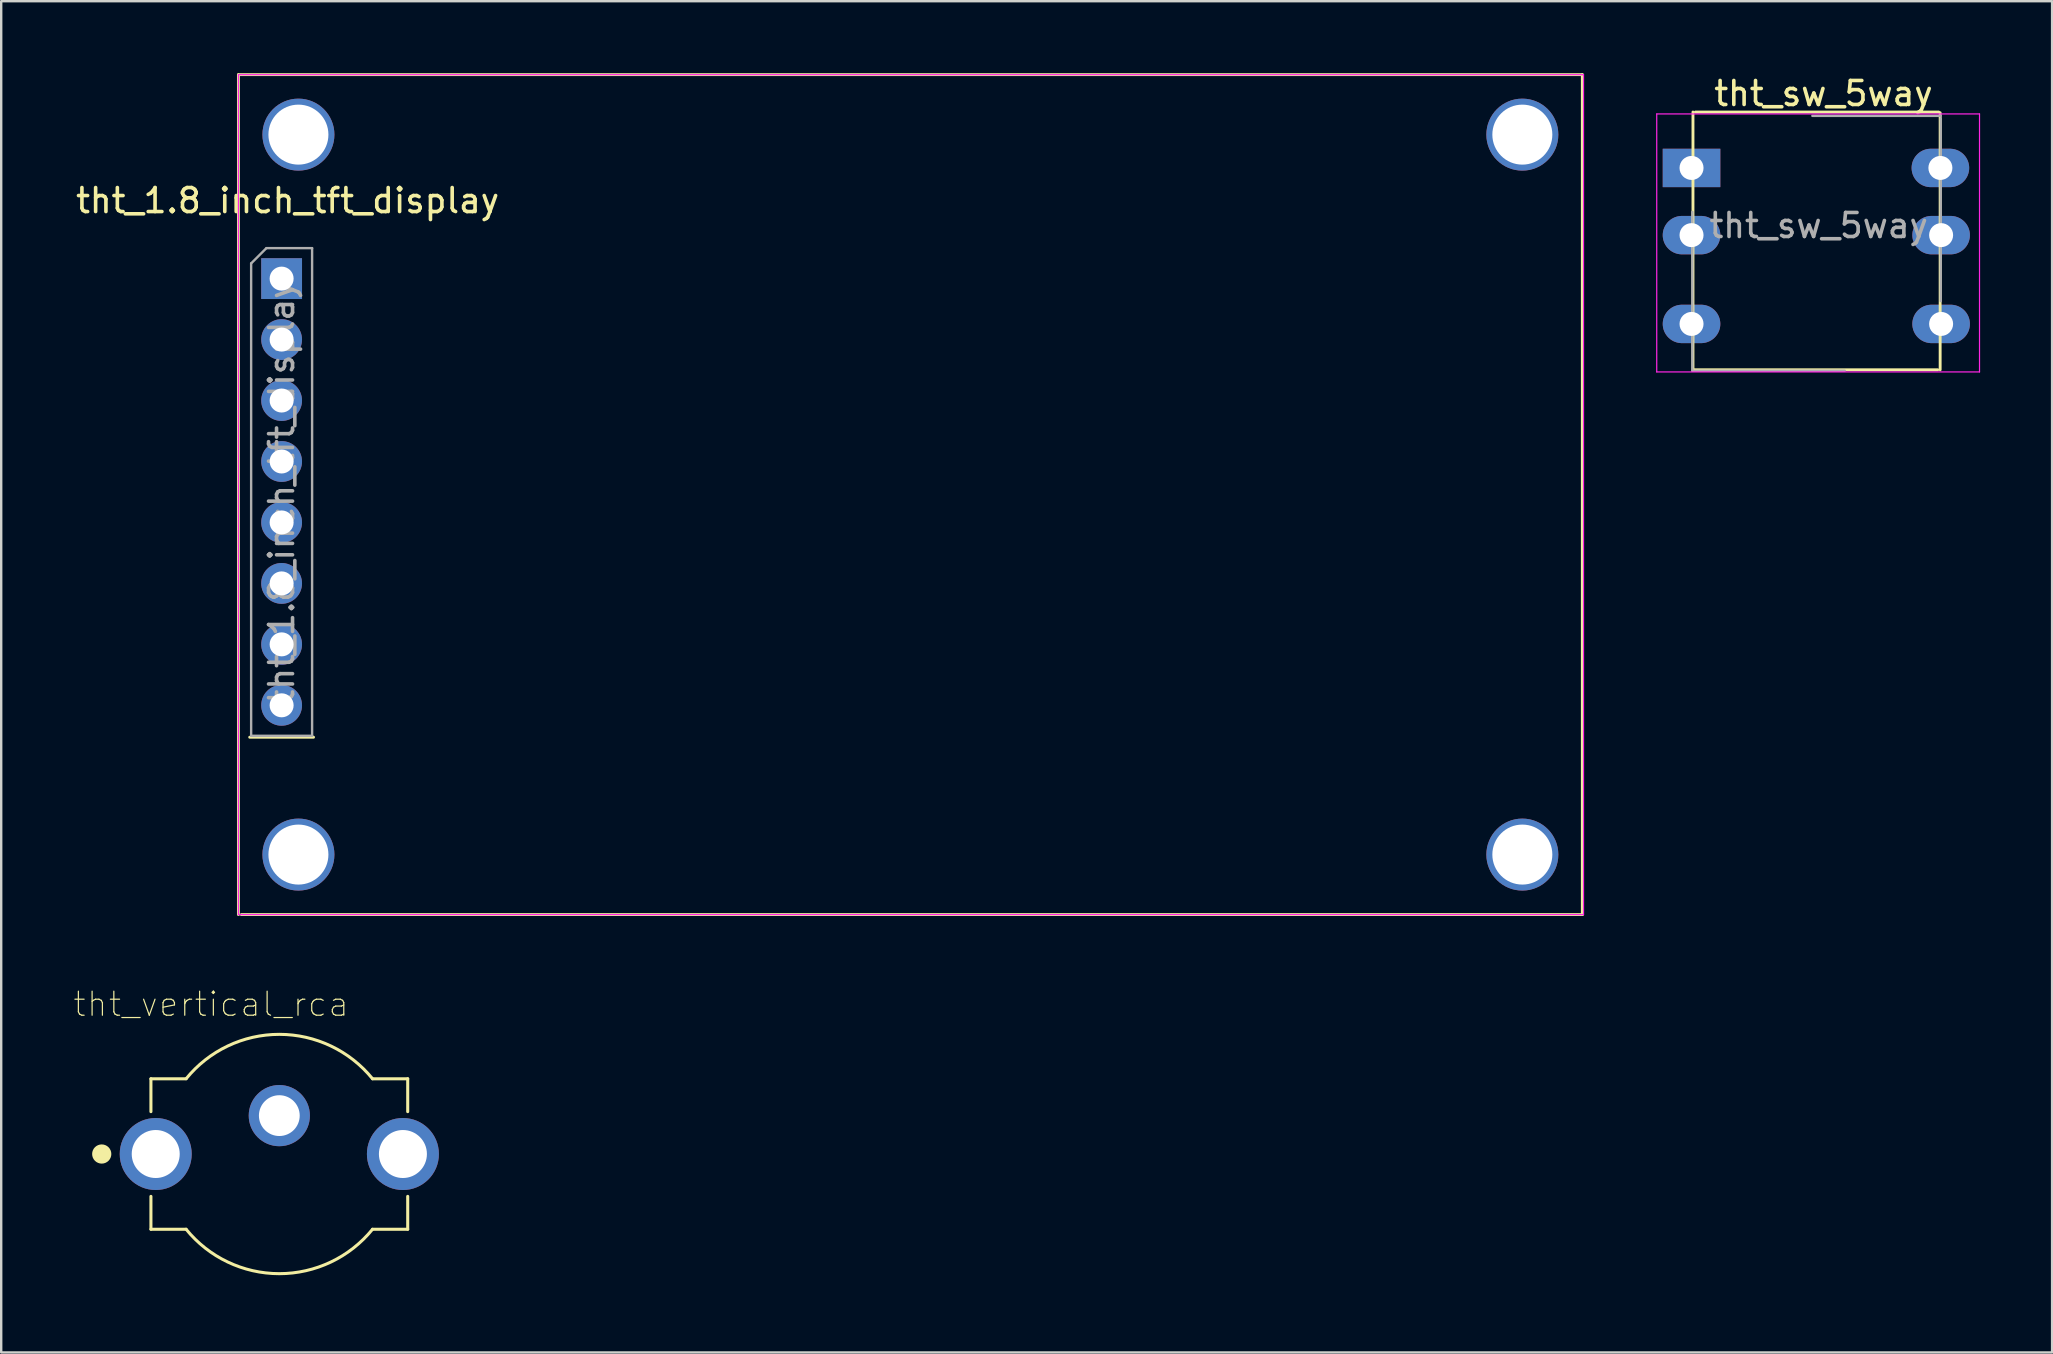
<source format=kicad_pcb>
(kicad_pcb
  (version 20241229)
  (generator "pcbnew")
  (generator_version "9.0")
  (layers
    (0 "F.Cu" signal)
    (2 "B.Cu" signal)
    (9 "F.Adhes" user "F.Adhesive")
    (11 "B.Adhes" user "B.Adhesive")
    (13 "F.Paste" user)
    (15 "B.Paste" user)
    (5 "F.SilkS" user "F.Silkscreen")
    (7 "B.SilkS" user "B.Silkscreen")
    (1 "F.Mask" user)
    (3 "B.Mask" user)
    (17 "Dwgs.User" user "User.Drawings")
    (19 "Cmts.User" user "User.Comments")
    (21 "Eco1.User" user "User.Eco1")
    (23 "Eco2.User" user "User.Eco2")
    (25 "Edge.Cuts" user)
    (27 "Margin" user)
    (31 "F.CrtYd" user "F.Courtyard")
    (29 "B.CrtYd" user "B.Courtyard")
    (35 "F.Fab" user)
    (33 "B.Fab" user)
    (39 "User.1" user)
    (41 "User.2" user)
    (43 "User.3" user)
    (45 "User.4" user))
  (footprint "tht_vertical_rca"
    (layer "F.Cu")
    (at 8.589 45.037)
    (property "Reference" "tht_vertical_rca" (at -2.844 -6.244 0) (layer "F.SilkS") (effects (font (size 1.001 1.001) (thickness 0.05))))
    (attr through_hole)
    (fp_line (start -5.35 -3.135) (end -5.35 -1.765) (stroke (width 0.127) (type solid)) (layer "F.SilkS"))
    (fp_line (start -5.35 1.765) (end -5.35 3.135) (stroke (width 0.127) (type solid)) (layer "F.SilkS"))
    (fp_line (start -3.884 -3.135) (end -5.35 -3.135) (stroke (width 0.127) (type solid)) (layer "F.SilkS"))
    (fp_line (start -3.884 3.135) (end -5.35 3.135) (stroke (width 0.127) (type solid)) (layer "F.SilkS"))
    (fp_line (start 5.35 -3.135) (end 3.884 -3.135) (stroke (width 0.127) (type solid)) (layer "F.SilkS"))
    (fp_line (start 5.35 -3.135) (end 5.35 -1.765) (stroke (width 0.127) (type solid)) (layer "F.SilkS"))
    (fp_line (start 5.35 1.765) (end 5.35 3.135) (stroke (width 0.127) (type solid)) (layer "F.SilkS"))
    (fp_line (start 5.35 3.135) (end 3.884 3.135) (stroke (width 0.127) (type solid)) (layer "F.SilkS"))
    (fp_arc (start -3.882076 -3.137372) (mid 0.001527 -4.986221) (end 3.884 -3.135) (stroke (width 0.127) (type solid)) (layer "F.SilkS"))
    (fp_arc (start 3.882076 3.137372) (mid -0.001527 4.986221) (end -3.884 3.135) (stroke (width 0.127) (type solid)) (layer "F.SilkS"))
    (fp_circle (center -7.4 0) (end -7.2 0) (stroke (width 0.4) (type solid)) (fill no) (layer "F.SilkS"))
    (fp_line (start -6.9 -1.7) (end -6.9 1.75) (stroke (width 0.05) (type solid)) (layer "Eco1.User"))
    (fp_line (start -6.9 1.75) (end -5.6 1.75) (stroke (width 0.05) (type solid)) (layer "Eco1.User"))
    (fp_line (start -5.6 -3.385) (end -5.605 -3.385) (stroke (width 0.05) (type solid)) (layer "Eco1.User"))
    (fp_line (start -5.6 -3.385) (end -5.6 -1.7) (stroke (width 0.05) (type solid)) (layer "Eco1.User"))
    (fp_line (start -5.6 -1.7) (end -6.9 -1.7) (stroke (width 0.05) (type solid)) (layer "Eco1.User"))
    (fp_line (start -5.6 1.75) (end -5.6 3.385) (stroke (width 0.05) (type solid)) (layer "Eco1.User"))
    (fp_line (start -3.903 -3.385) (end -5.6 -3.385) (stroke (width 0.05) (type solid)) (layer "Eco1.User"))
    (fp_line (start -3.901 3.385) (end -5.6 3.385) (stroke (width 0.05) (type solid)) (layer "Eco1.User"))
    (fp_line (start 5.6 -3.385) (end 3.895 -3.385) (stroke (width 0.05) (type solid)) (layer "Eco1.User"))
    (fp_line (start 5.6 -1.75) (end 5.6 -3.385) (stroke (width 0.05) (type solid)) (layer "Eco1.User"))
    (fp_line (start 5.6 -1.75) (end 6.95 -1.75) (stroke (width 0.05) (type solid)) (layer "Eco1.User"))
    (fp_line (start 5.6 3.385) (end 3.904 3.385) (stroke (width 0.05) (type solid)) (layer "Eco1.User"))
    (fp_line (start 5.6 3.385) (end 5.6 1.7) (stroke (width 0.05) (type solid)) (layer "Eco1.User"))
    (fp_line (start 6.95 -1.75) (end 6.95 1.7) (stroke (width 0.05) (type solid)) (layer "Eco1.User"))
    (fp_line (start 6.95 1.7) (end 5.6 1.7) (stroke (width 0.05) (type solid)) (layer "Eco1.User"))
    (fp_arc (start -3.901069 -3.387381) (mid -0.002467 -5.24337) (end 3.895 -3.385) (stroke (width 0.05) (type solid)) (layer "Eco1.User"))
    (fp_arc (start 3.895069 3.387381) (mid -0.003533 5.24337) (end -3.901 3.385) (stroke (width 0.05) (type solid)) (layer "Eco1.User"))
    (fp_line (start -5.35 -3.135) (end -5.35 3.135) (stroke (width 0.127) (type solid)) (layer "Eco2.User"))
    (fp_line (start -3.884 -3.135) (end -5.35 -3.135) (stroke (width 0.127) (type solid)) (layer "Eco2.User"))
    (fp_line (start -3.884 3.135) (end -5.35 3.135) (stroke (width 0.127) (type solid)) (layer "Eco2.User"))
    (fp_line (start 5.35 -3.135) (end 3.884 -3.135) (stroke (width 0.127) (type solid)) (layer "Eco2.User"))
    (fp_line (start 5.35 3.135) (end 3.884 3.135) (stroke (width 0.127) (type solid)) (layer "Eco2.User"))
    (fp_line (start 5.35 3.135) (end 5.35 -3.135) (stroke (width 0.127) (type solid)) (layer "Eco2.User"))
    (fp_arc (start -3.882076 -3.137372) (mid 0.001527 -4.986221) (end 3.884 -3.135) (stroke (width 0.127) (type solid)) (layer "Eco2.User"))
    (fp_arc (start 3.882076 3.137372) (mid -0.001527 4.986221) (end -3.884 3.135) (stroke (width 0.127) (type solid)) (layer "Eco2.User"))
    (pad "1" thru_hole circle (at 0 -1.6) (size 2.55 2.55) (drill 1.7) (layers "*.Cu" "*.Mask"))
    (pad "2" thru_hole circle (at -5.15 0) (size 3 3) (drill 2) (layers "*.Cu" "*.Mask"))
    (pad "2" thru_hole circle (at 5.15 0) (size 3 3) (drill 2) (layers "*.Cu" "*.Mask")))
  (footprint "tht_sw_5way"
    (layer "F.Cu")
    (at 67.435 3.948)
    (property "Reference" "tht_sw_5way" (at 5.5 -3.1 0) (layer "F.SilkS") (effects (font (size 1 1) (thickness 0.15))))
    (attr through_hole)
    (fp_line (start 0.06 -2.33) (end 0.06 8.4) (stroke (width 0.12) (type solid)) (layer "F.SilkS"))
    (fp_line (start 0.1 8.41) (end 10.26 8.41) (stroke (width 0.12) (type solid)) (layer "F.SilkS"))
    (fp_line (start 10.3 -2.33) (end 0.16 -2.33) (stroke (width 0.12) (type solid)) (layer "F.SilkS"))
    (fp_line (start 10.36 8.41) (end 10.36 -2.3) (stroke (width 0.12) (type solid)) (layer "F.SilkS"))
    (fp_line (start -1.45 -2.25) (end -1.45 8.5) (stroke (width 0.05) (type solid)) (layer "F.CrtYd"))
    (fp_line (start -1.45 8.5) (end 12 8.5) (stroke (width 0.05) (type solid)) (layer "F.CrtYd"))
    (fp_line (start 12 -2.25) (end -1.45 -2.25) (stroke (width 0.05) (type solid)) (layer "F.CrtYd"))
    (fp_line (start 12 8.5) (end 12 -2.25) (stroke (width 0.05) (type solid)) (layer "F.CrtYd"))
    (fp_line (start 0.035 8.45) (end 0.035 1.83) (stroke (width 0.1) (type solid)) (layer "F.Fab"))
    (fp_line (start 5.035 -2.17) (end 10.385 -2.17) (stroke (width 0.1) (type solid)) (layer "F.Fab"))
    (fp_line (start 6.385 8.45) (end 0.035 8.45) (stroke (width 0.1) (type solid)) (layer "F.Fab"))
    (fp_line (start 10.385 -2.07) (end 10.385 5.55) (stroke (width 0.1) (type solid)) (layer "F.Fab"))
    (fp_text user "${REFERENCE}" (at 5.3 2.4 0) (layer "F.Fab") (effects (font (size 1 1) (thickness 0.15))))
    (pad "1" thru_hole rect (at 0 0) (size 2.4 1.6) (drill 1) (layers "*.Cu" "*.Mask"))
    (pad "2" thru_hole oval (at 0 2.8) (size 2.4 1.6) (drill 1) (layers "*.Cu" "*.Mask"))
    (pad "3" thru_hole oval (at 0 6.5) (size 2.4 1.6) (drill 1) (layers "*.Cu" "*.Mask"))
    (pad "4" thru_hole oval (at 10.37 0) (size 2.4 1.6) (drill 1) (layers "*.Cu" "*.Mask"))
    (pad "5" thru_hole oval (at 10.4 2.8) (size 2.4 1.6) (drill 1) (layers "*.Cu" "*.Mask"))
    (pad "6" thru_hole oval (at 10.4 6.5) (size 2.4 1.6) (drill 1) (layers "*.Cu" "*.Mask")))
  (footprint "tht_1.8_inch_tft_display"
    (layer "F.Cu")
    (at 8.685 8.56)
    (property "Reference" "tht_1.8_inch_tft_display" (at 0.25 -3.25 0) (layer "F.SilkS") (effects (font (size 1 1) (thickness 0.15))))
    (attr through_hole)
    (fp_line (start -1.8 -8.5) (end -1.8 26.5) (stroke (width 0.12) (type solid)) (layer "F.SilkS"))
    (fp_line (start -1.8 -8.5) (end 54.2 -8.5) (stroke (width 0.12) (type solid)) (layer "F.SilkS"))
    (fp_line (start -1.68 26.5) (end 54.2 26.5) (stroke (width 0.12) (type solid)) (layer "F.SilkS"))
    (fp_line (start -1.33 19.11) (end 1.33 19.11) (stroke (width 0.12) (type solid)) (layer "F.SilkS"))
    (fp_line (start 54.2 -8.5) (end 54.2 26.5) (stroke (width 0.12) (type solid)) (layer "F.SilkS"))
    (fp_line (start -1.8 -8.5) (end -1.8 26.5) (stroke (width 0.05) (type solid)) (layer "F.CrtYd"))
    (fp_line (start 54.25 -8.5) (end -1.8 -8.5) (stroke (width 0.05) (type solid)) (layer "F.CrtYd"))
    (fp_line (start 54.25 -8.5) (end 54.25 26.5) (stroke (width 0.05) (type solid)) (layer "F.CrtYd"))
    (fp_line (start 54.25 26.5) (end -1.8 26.5) (stroke (width 0.05) (type solid)) (layer "F.CrtYd"))
    (fp_line (start -1.27 -0.635) (end -0.635 -1.27) (stroke (width 0.1) (type solid)) (layer "F.Fab"))
    (fp_line (start -1.27 19.05) (end -1.27 -0.635) (stroke (width 0.1) (type solid)) (layer "F.Fab"))
    (fp_line (start -0.635 -1.27) (end 1.27 -1.27) (stroke (width 0.1) (type solid)) (layer "F.Fab"))
    (fp_line (start 1.27 -1.27) (end 1.27 19.05) (stroke (width 0.1) (type solid)) (layer "F.Fab"))
    (fp_line (start 1.27 19.05) (end -1.27 19.05) (stroke (width 0.1) (type solid)) (layer "F.Fab"))
    (fp_text user "${REFERENCE}" (at 0 8.89 90) (layer "F.Fab") (effects (font (size 1 1) (thickness 0.15))))
    (pad "" np_thru_hole circle (at 0.7 -6) (size 3 3) (drill 2.5) (layers "*.Cu" "*.Mask"))
    (pad "" np_thru_hole circle (at 0.7 24) (size 3 3) (drill 2.5) (layers "*.Cu" "*.Mask"))
    (pad "" np_thru_hole circle (at 51.7 -6) (size 3 3) (drill 2.5) (layers "*.Cu" "*.Mask"))
    (pad "" np_thru_hole circle (at 51.7 24) (size 3 3) (drill 2.5) (layers "*.Cu" "*.Mask"))
    (pad "1" thru_hole rect (at 0 0) (size 1.7 1.7) (drill 1) (layers "*.Cu" "*.Mask"))
    (pad "2" thru_hole oval (at 0 2.54) (size 1.7 1.7) (drill 1) (layers "*.Cu" "*.Mask"))
    (pad "3" thru_hole oval (at 0 5.08) (size 1.7 1.7) (drill 1) (layers "*.Cu" "*.Mask"))
    (pad "4" thru_hole oval (at 0 7.62) (size 1.7 1.7) (drill 1) (layers "*.Cu" "*.Mask"))
    (pad "5" thru_hole oval (at 0 10.16) (size 1.7 1.7) (drill 1) (layers "*.Cu" "*.Mask"))
    (pad "6" thru_hole oval (at 0 12.7) (size 1.7 1.7) (drill 1) (layers "*.Cu" "*.Mask"))
    (pad "7" thru_hole oval (at 0 15.24) (size 1.7 1.7) (drill 1) (layers "*.Cu" "*.Mask"))
    (pad "8" thru_hole oval (at 0 17.78) (size 1.7 1.7) (drill 1) (layers "*.Cu" "*.Mask")))
  (gr_rect
    (start -3 -3)
    (end 82.46 53.306)
    (stroke (width 0.1) (type default))
    (fill no)
    (layer "Edge.Cuts")))
</source>
